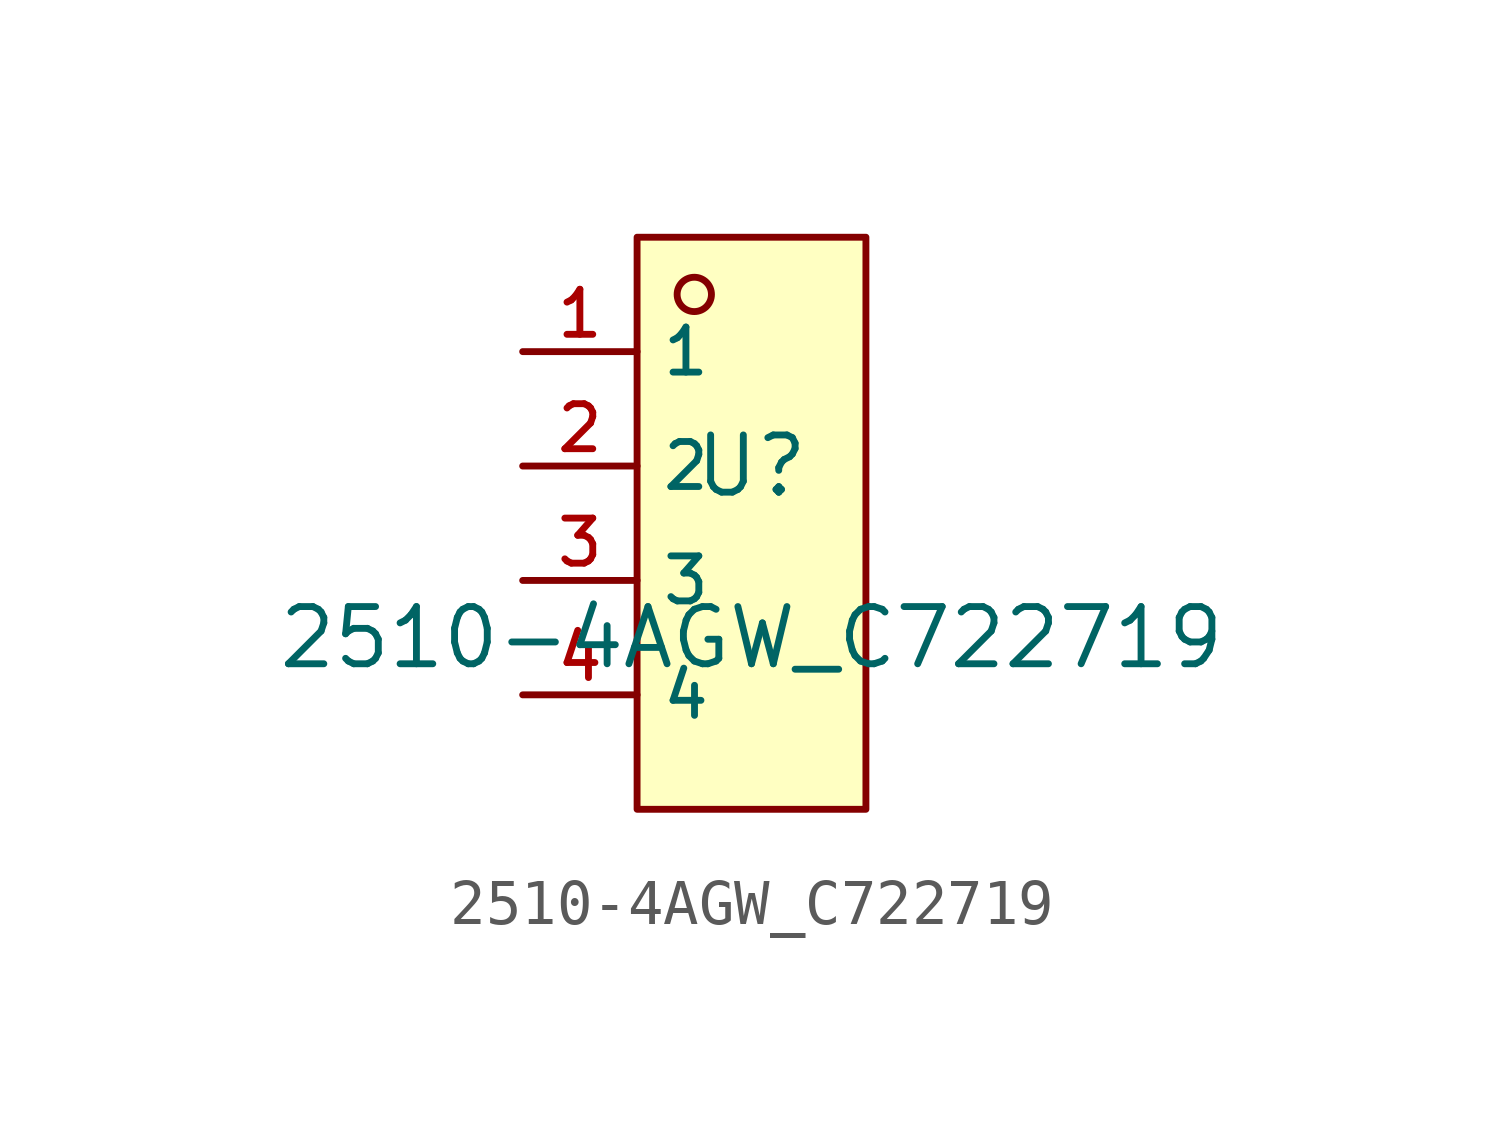
<source format=kicad_sym>
(kicad_symbol_lib
  (version 20210201)
  (generator TousstNicolas/JLC2KiCad_lib)
  (symbol "2510-4AGW_C722719"
    (property "Reference" "U"
      (at 0 1.27 0)
      (effects (font (size 1.27 1.27))))
    (property "Value" "2510-4AGW_C722719"
      (at 0 -2.54 0)
      (effects (font (size 1.27 1.27))))
    (symbol "2510-4AGW_C722719_0_1"
      (rectangle (start -2.54 6.35) (end 2.54 -6.35) (stroke (width 0) (type default) (color 0 0 0 0)) (fill (type background)))
      (circle (center -1.27 5.08) (radius 0.381) (stroke (width 0) (type default) (color 0 0 0 0)) (fill (type background)))
      (pin unspecified line (at -5.08 3.81 0) (length 2.54) (name "1" (effects (font (size 1 1)))) (number "1" (effects (font (size 1 1)))))
      (pin unspecified line (at -5.08 1.27 0) (length 2.54) (name "2" (effects (font (size 1 1)))) (number "2" (effects (font (size 1 1)))))
      (pin unspecified line (at -5.08 -1.27 0) (length 2.54) (name "3" (effects (font (size 1 1)))) (number "3" (effects (font (size 1 1)))))
      (pin unspecified line (at -5.08 -3.81 0) (length 2.54) (name "4" (effects (font (size 1 1)))) (number "4" (effects (font (size 1 1))))))))
</source>
